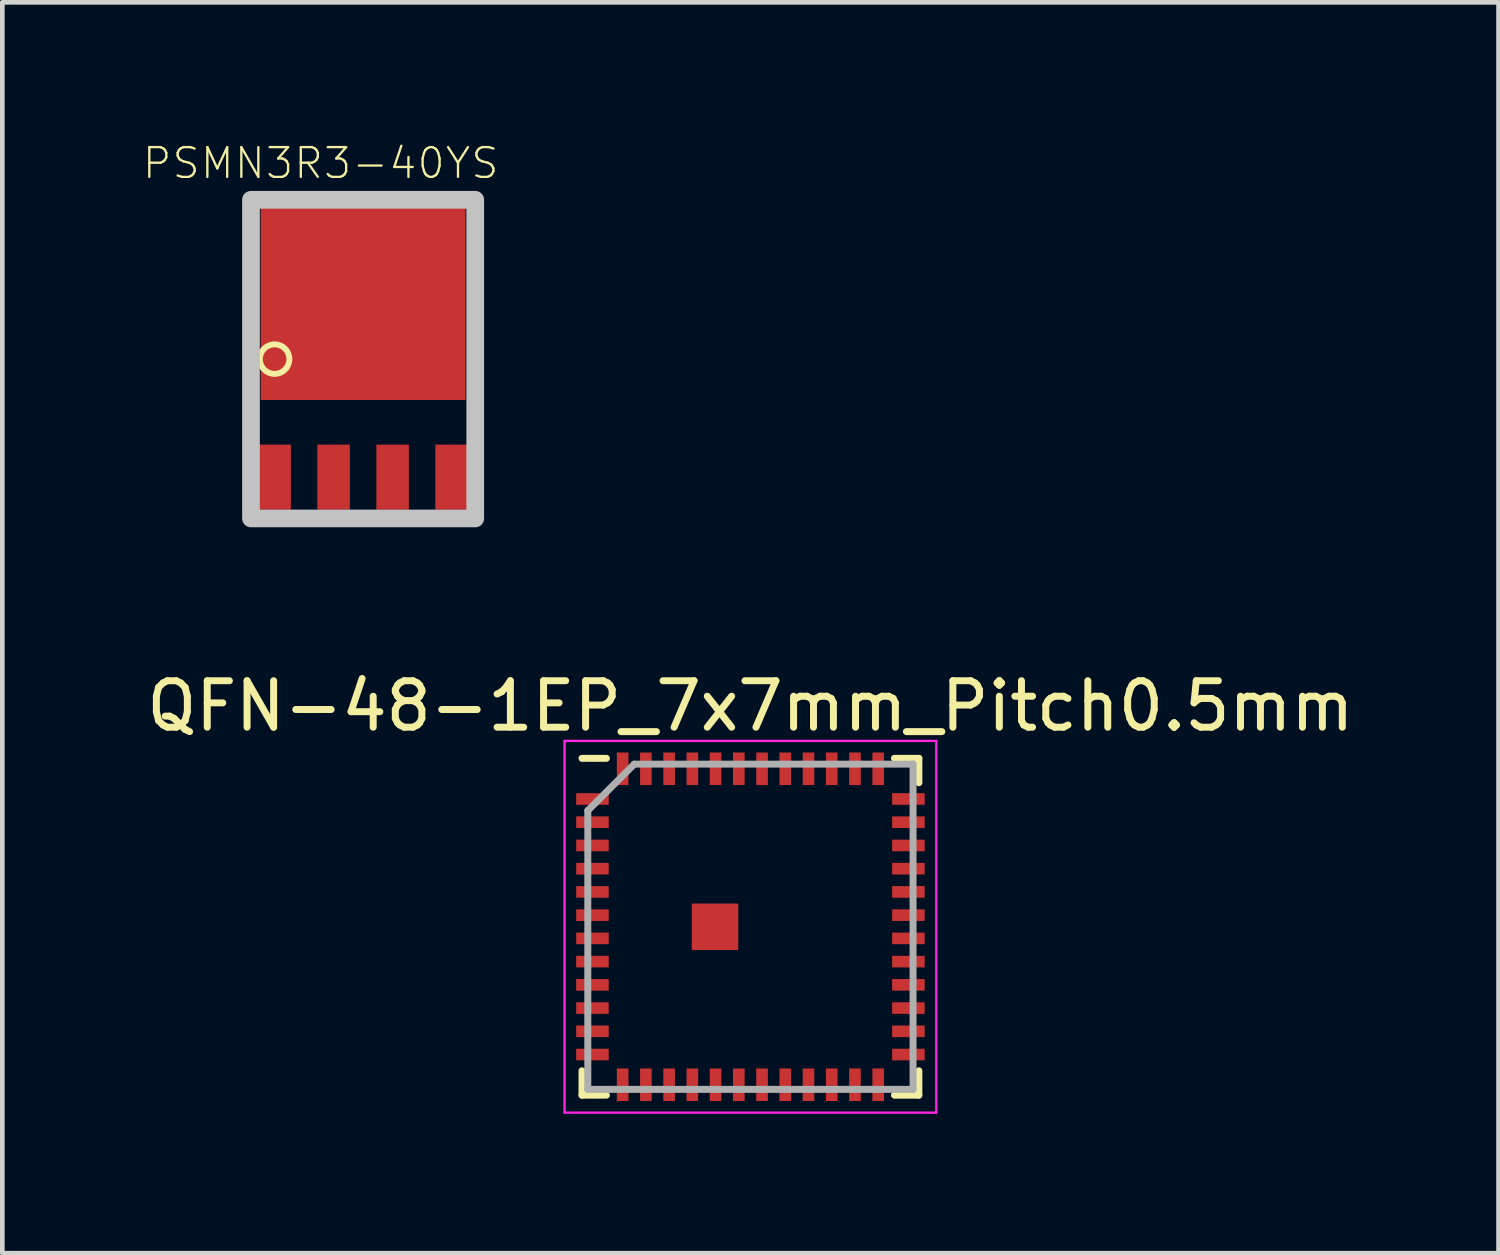
<source format=kicad_pcb>
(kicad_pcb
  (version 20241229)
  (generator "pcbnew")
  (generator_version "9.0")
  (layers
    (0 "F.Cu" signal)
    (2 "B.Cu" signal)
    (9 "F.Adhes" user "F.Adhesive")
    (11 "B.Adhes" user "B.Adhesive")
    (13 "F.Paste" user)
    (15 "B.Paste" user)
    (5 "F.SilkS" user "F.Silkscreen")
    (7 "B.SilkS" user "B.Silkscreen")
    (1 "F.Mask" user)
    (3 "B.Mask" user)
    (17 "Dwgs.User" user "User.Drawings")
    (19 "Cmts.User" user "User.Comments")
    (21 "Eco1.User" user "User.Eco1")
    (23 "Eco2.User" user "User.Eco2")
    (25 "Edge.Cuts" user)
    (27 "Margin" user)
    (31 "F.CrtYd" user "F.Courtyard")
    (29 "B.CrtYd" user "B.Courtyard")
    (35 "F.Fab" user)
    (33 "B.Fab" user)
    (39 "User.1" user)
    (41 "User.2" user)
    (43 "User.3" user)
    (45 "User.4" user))
  (footprint "QFN-48-1EP_7x7mm_Pitch0.5mm"
    (layer "F.Cu")
    (at 13.101 16.896)
    (property "Reference" "QFN-48-1EP_7x7mm_Pitch0.5mm" (at 0 -4.75 0) (layer "F.SilkS") (effects (font (size 1 1) (thickness 0.15))))
    (attr smd)
    (fp_line (start -3.625 -3.625) (end -3.1 -3.625) (stroke (width 0.15) (type solid)) (layer "F.SilkS"))
    (fp_line (start -3.625 3.625) (end -3.625 3.1) (stroke (width 0.15) (type solid)) (layer "F.SilkS"))
    (fp_line (start -3.625 3.625) (end -3.1 3.625) (stroke (width 0.15) (type solid)) (layer "F.SilkS"))
    (fp_line (start 3.625 -3.625) (end 3.1 -3.625) (stroke (width 0.15) (type solid)) (layer "F.SilkS"))
    (fp_line (start 3.625 -3.625) (end 3.625 -3.1) (stroke (width 0.15) (type solid)) (layer "F.SilkS"))
    (fp_line (start 3.625 3.625) (end 3.1 3.625) (stroke (width 0.15) (type solid)) (layer "F.SilkS"))
    (fp_line (start 3.625 3.625) (end 3.625 3.1) (stroke (width 0.15) (type solid)) (layer "F.SilkS"))
    (fp_line (start -4 -4) (end -4 4) (stroke (width 0.05) (type solid)) (layer "F.CrtYd"))
    (fp_line (start -4 -4) (end 4 -4) (stroke (width 0.05) (type solid)) (layer "F.CrtYd"))
    (fp_line (start -4 4) (end 4 4) (stroke (width 0.05) (type solid)) (layer "F.CrtYd"))
    (fp_line (start 4 -4) (end 4 4) (stroke (width 0.05) (type solid)) (layer "F.CrtYd"))
    (fp_line (start -3.5 -2.5) (end -2.5 -3.5) (stroke (width 0.15) (type solid)) (layer "F.Fab"))
    (fp_line (start -3.5 3.5) (end -3.5 -2.5) (stroke (width 0.15) (type solid)) (layer "F.Fab"))
    (fp_line (start -2.5 -3.5) (end 3.5 -3.5) (stroke (width 0.15) (type solid)) (layer "F.Fab"))
    (fp_line (start 3.5 -3.5) (end 3.5 3.5) (stroke (width 0.15) (type solid)) (layer "F.Fab"))
    (fp_line (start 3.5 3.5) (end -3.5 3.5) (stroke (width 0.15) (type solid)) (layer "F.Fab"))
    (pad "1" smd rect (at -3.4 -2.75) (size 0.7 0.25) (layers "F.Cu" "F.Mask" "F.Paste"))
    (pad "2" smd rect (at -3.4 -2.25) (size 0.7 0.25) (layers "F.Cu" "F.Mask" "F.Paste"))
    (pad "3" smd rect (at -3.4 -1.75) (size 0.7 0.25) (layers "F.Cu" "F.Mask" "F.Paste"))
    (pad "4" smd rect (at -3.4 -1.25) (size 0.7 0.25) (layers "F.Cu" "F.Mask" "F.Paste"))
    (pad "5" smd rect (at -3.4 -0.75) (size 0.7 0.25) (layers "F.Cu" "F.Mask" "F.Paste"))
    (pad "6" smd rect (at -3.4 -0.25) (size 0.7 0.25) (layers "F.Cu" "F.Mask" "F.Paste"))
    (pad "7" smd rect (at -3.4 0.25) (size 0.7 0.25) (layers "F.Cu" "F.Mask" "F.Paste"))
    (pad "8" smd rect (at -3.4 0.75) (size 0.7 0.25) (layers "F.Cu" "F.Mask" "F.Paste"))
    (pad "9" smd rect (at -3.4 1.25) (size 0.7 0.25) (layers "F.Cu" "F.Mask" "F.Paste"))
    (pad "10" smd rect (at -3.4 1.75) (size 0.7 0.25) (layers "F.Cu" "F.Mask" "F.Paste"))
    (pad "11" smd rect (at -3.4 2.25) (size 0.7 0.25) (layers "F.Cu" "F.Mask" "F.Paste"))
    (pad "12" smd rect (at -3.4 2.75) (size 0.7 0.25) (layers "F.Cu" "F.Mask" "F.Paste"))
    (pad "13" smd rect (at -2.75 3.4 90) (size 0.7 0.25) (layers "F.Cu" "F.Mask" "F.Paste"))
    (pad "14" smd rect (at -2.25 3.4 90) (size 0.7 0.25) (layers "F.Cu" "F.Mask" "F.Paste"))
    (pad "15" smd rect (at -1.75 3.4 90) (size 0.7 0.25) (layers "F.Cu" "F.Mask" "F.Paste"))
    (pad "16" smd rect (at -1.25 3.4 90) (size 0.7 0.25) (layers "F.Cu" "F.Mask" "F.Paste"))
    (pad "17" smd rect (at -0.75 3.4 90) (size 0.7 0.25) (layers "F.Cu" "F.Mask" "F.Paste"))
    (pad "18" smd rect (at -0.25 3.4 90) (size 0.7 0.25) (layers "F.Cu" "F.Mask" "F.Paste"))
    (pad "19" smd rect (at 0.25 3.4 90) (size 0.7 0.25) (layers "F.Cu" "F.Mask" "F.Paste"))
    (pad "20" smd rect (at 0.75 3.4 90) (size 0.7 0.25) (layers "F.Cu" "F.Mask" "F.Paste"))
    (pad "21" smd rect (at 1.25 3.4 90) (size 0.7 0.25) (layers "F.Cu" "F.Mask" "F.Paste"))
    (pad "22" smd rect (at 1.75 3.4 90) (size 0.7 0.25) (layers "F.Cu" "F.Mask" "F.Paste"))
    (pad "23" smd rect (at 2.25 3.4 90) (size 0.7 0.25) (layers "F.Cu" "F.Mask" "F.Paste"))
    (pad "24" smd rect (at 2.75 3.4 90) (size 0.7 0.25) (layers "F.Cu" "F.Mask" "F.Paste"))
    (pad "25" smd rect (at 3.4 2.75) (size 0.7 0.25) (layers "F.Cu" "F.Mask" "F.Paste"))
    (pad "26" smd rect (at 3.4 2.25) (size 0.7 0.25) (layers "F.Cu" "F.Mask" "F.Paste"))
    (pad "27" smd rect (at 3.4 1.75) (size 0.7 0.25) (layers "F.Cu" "F.Mask" "F.Paste"))
    (pad "28" smd rect (at 3.4 1.25) (size 0.7 0.25) (layers "F.Cu" "F.Mask" "F.Paste"))
    (pad "29" smd rect (at 3.4 0.75) (size 0.7 0.25) (layers "F.Cu" "F.Mask" "F.Paste"))
    (pad "30" smd rect (at 3.4 0.25) (size 0.7 0.25) (layers "F.Cu" "F.Mask" "F.Paste"))
    (pad "31" smd rect (at 3.4 -0.25) (size 0.7 0.25) (layers "F.Cu" "F.Mask" "F.Paste"))
    (pad "32" smd rect (at 3.4 -0.75) (size 0.7 0.25) (layers "F.Cu" "F.Mask" "F.Paste"))
    (pad "33" smd rect (at 3.4 -1.25) (size 0.7 0.25) (layers "F.Cu" "F.Mask" "F.Paste"))
    (pad "34" smd rect (at 3.4 -1.75) (size 0.7 0.25) (layers "F.Cu" "F.Mask" "F.Paste"))
    (pad "35" smd rect (at 3.4 -2.25) (size 0.7 0.25) (layers "F.Cu" "F.Mask" "F.Paste"))
    (pad "36" smd rect (at 3.4 -2.75) (size 0.7 0.25) (layers "F.Cu" "F.Mask" "F.Paste"))
    (pad "37" smd rect (at 2.75 -3.4 90) (size 0.7 0.25) (layers "F.Cu" "F.Mask" "F.Paste"))
    (pad "38" smd rect (at 2.25 -3.4 90) (size 0.7 0.25) (layers "F.Cu" "F.Mask" "F.Paste"))
    (pad "39" smd rect (at 1.75 -3.4 90) (size 0.7 0.25) (layers "F.Cu" "F.Mask" "F.Paste"))
    (pad "40" smd rect (at 1.25 -3.4 90) (size 0.7 0.25) (layers "F.Cu" "F.Mask" "F.Paste"))
    (pad "41" smd rect (at 0.75 -3.4 90) (size 0.7 0.25) (layers "F.Cu" "F.Mask" "F.Paste"))
    (pad "42" smd rect (at 0.25 -3.4 90) (size 0.7 0.25) (layers "F.Cu" "F.Mask" "F.Paste"))
    (pad "43" smd rect (at -0.25 -3.4 90) (size 0.7 0.25) (layers "F.Cu" "F.Mask" "F.Paste"))
    (pad "44" smd rect (at -0.75 -3.4 90) (size 0.7 0.25) (layers "F.Cu" "F.Mask" "F.Paste"))
    (pad "45" smd rect (at -1.25 -3.4 90) (size 0.7 0.25) (layers "F.Cu" "F.Mask" "F.Paste"))
    (pad "46" smd rect (at -1.75 -3.4 90) (size 0.7 0.25) (layers "F.Cu" "F.Mask" "F.Paste"))
    (pad "47" smd rect (at -2.25 -3.4 90) (size 0.7 0.25) (layers "F.Cu" "F.Mask" "F.Paste"))
    (pad "48" smd rect (at -2.75 -3.4 90) (size 0.7 0.25) (layers "F.Cu" "F.Mask" "F.Paste"))
    (pad "49" smd rect (at -0.762 0) (size 1 1) (layers "F.Cu" "F.Mask" "F.Paste")))
  (footprint "PSMN3R3-40YS"
    (layer "F.Cu")
    (at 4.765 4.679)
    (property "Reference" "PSMN3R3-40YS" (at -0.914 -4.216 0) (layer "F.SilkS") (effects (font (size 0.64 0.64) (thickness 0.05))))
    (attr smd)
    (fp_line (start -2.5 -3.5) (end 2.5 -3.5) (stroke (width 0.127) (type solid)) (layer "F.SilkS"))
    (fp_line (start -2.5 3.5) (end -2.5 -3.5) (stroke (width 0.127) (type solid)) (layer "F.SilkS"))
    (fp_line (start 2.5 -3.5) (end 2.5 3.5) (stroke (width 0.127) (type solid)) (layer "F.SilkS"))
    (fp_line (start 2.5 3.5) (end -2.5 3.5) (stroke (width 0.127) (type solid)) (layer "F.SilkS"))
    (fp_circle (center -1.905 0) (end -1.587 0) (stroke (width 0.127) (type solid)) (fill no) (layer "F.SilkS"))
    (fp_line (start -2.5 -3.5) (end -2.5 3.5) (stroke (width 0.127) (type solid)) (layer "Dwgs.User"))
    (fp_line (start -2.5 3.5) (end 2.5 3.5) (stroke (width 0.127) (type solid)) (layer "Dwgs.User"))
    (fp_line (start 2.5 -3.5) (end -2.5 -3.5) (stroke (width 0.127) (type solid)) (layer "Dwgs.User"))
    (fp_line (start 2.5 3.5) (end 2.5 -3.5) (stroke (width 0.127) (type solid)) (layer "Dwgs.User"))
    (fp_poly (pts (xy -2.413 -3.429) (xy 2.413 -3.429) (xy 2.413 3.429) (xy -2.413 3.429)) (stroke (width 0.381) (type solid)) (fill no) (layer "Dwgs.User"))
    (pad "1" smd rect (at -1.905 2.54 270) (size 1.4 0.7) (layers "F.Cu" "F.Mask" "F.Paste"))
    (pad "2" smd rect (at -0.635 2.54 270) (size 1.4 0.7) (layers "F.Cu" "F.Mask" "F.Paste"))
    (pad "3" smd rect (at 0.635 2.54 270) (size 1.4 0.7) (layers "F.Cu" "F.Mask" "F.Paste"))
    (pad "4" smd rect (at 1.905 2.54 270) (size 1.4 0.7) (layers "F.Cu" "F.Mask" "F.Paste"))
    (pad "5678" smd rect (at 0 -1.27 270) (size 4.3 4.41) (layers "F.Cu" "F.Mask" "F.Paste")))
  (gr_rect
    (start -3 -3)
    (end 29.202 23.921)
    (stroke (width 0.1) (type default))
    (fill no)
    (layer "Edge.Cuts")))
</source>
